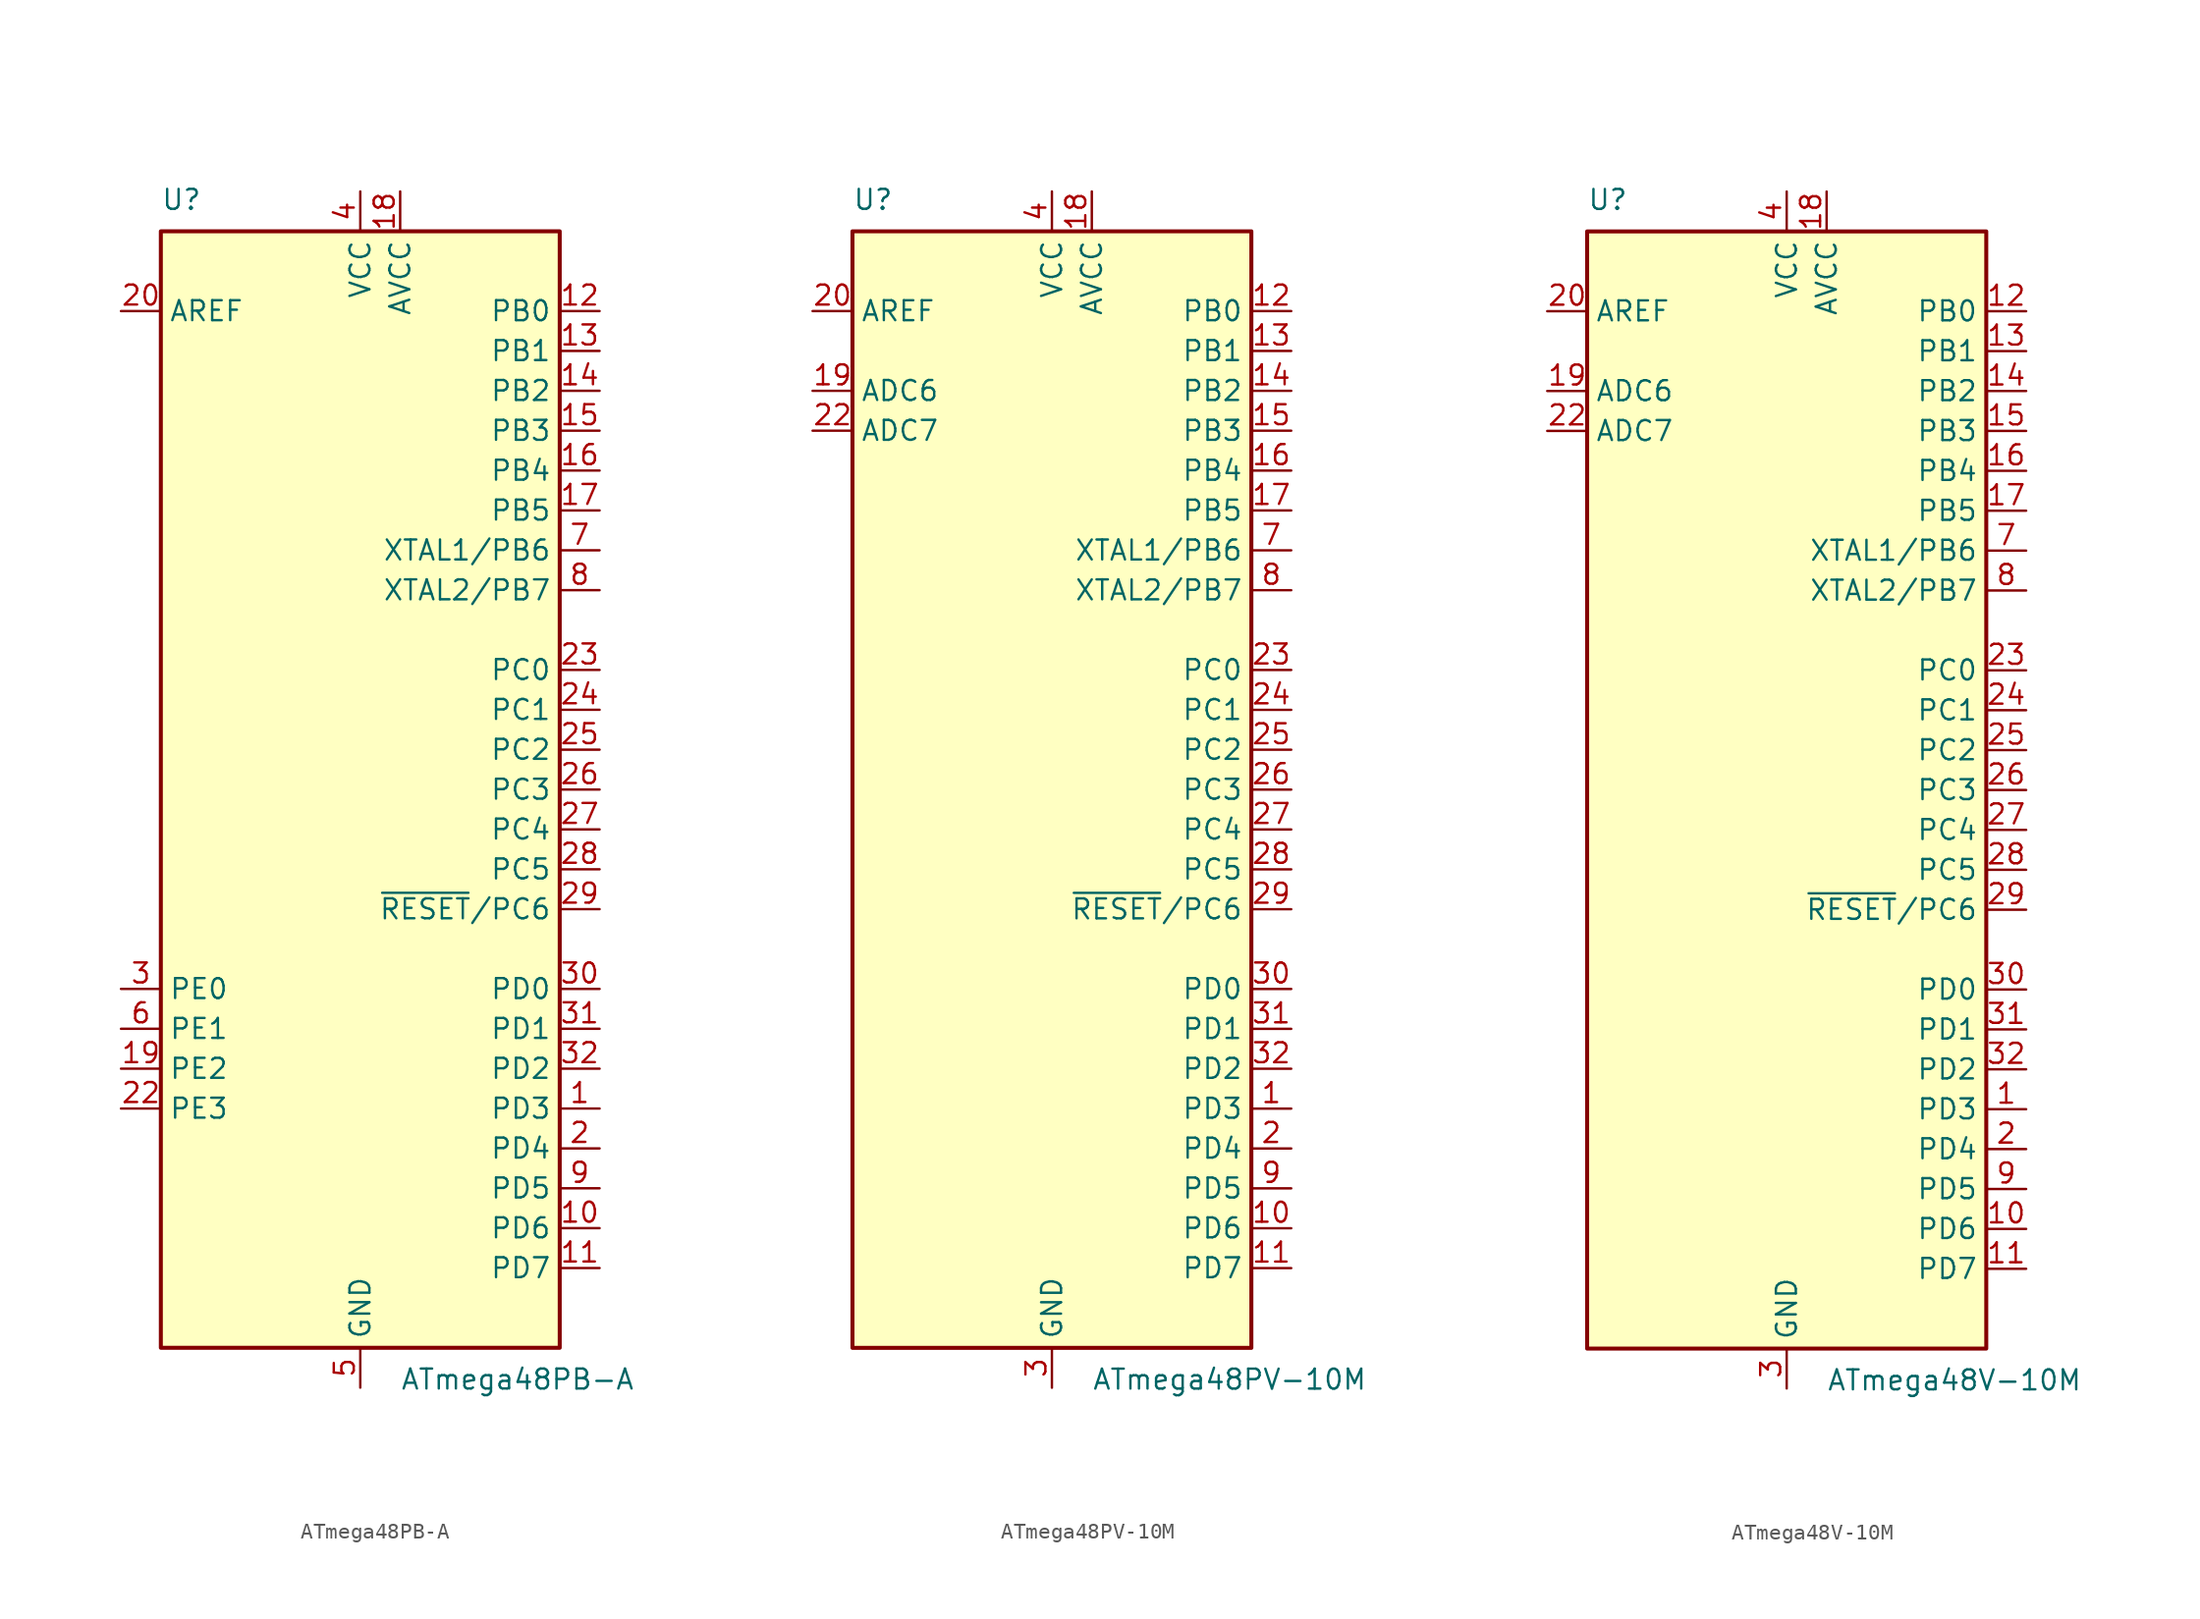
<source format=kicad_sym>
(kicad_symbol_lib
  (version 20231120)
  (generator "kicad_symbol_editor")
  (generator_version "8.0")
  (symbol "ATmega48PB-A"
    (property "Reference" "U"
      (at -12.7 36.83 0)
      (effects (font (size 1.27 1.27)) (justify left bottom)))
    (property "Value" "ATmega48PB-A"
      (at 2.54 -36.83 0)
      (effects (font (size 1.27 1.27)) (justify left top)))
    (symbol "ATmega48PB-A_0_1"
      (rectangle (start -12.7 -35.56) (end 12.7 35.56) (stroke (width 0.254) (type default)) (fill (type background))))
    (symbol "ATmega48PB-A_1_1"
      (pin bidirectional line (at 15.24 -20.32 180) (length 2.54) (name "PD3" (effects (font (size 1.27 1.27)))) (number "1" (effects (font (size 1.27 1.27)))))
      (pin bidirectional line (at 15.24 -27.94 180) (length 2.54) (name "PD6" (effects (font (size 1.27 1.27)))) (number "10" (effects (font (size 1.27 1.27)))))
      (pin bidirectional line (at 15.24 -30.48 180) (length 2.54) (name "PD7" (effects (font (size 1.27 1.27)))) (number "11" (effects (font (size 1.27 1.27)))))
      (pin bidirectional line (at 15.24 30.48 180) (length 2.54) (name "PB0" (effects (font (size 1.27 1.27)))) (number "12" (effects (font (size 1.27 1.27)))))
      (pin bidirectional line (at 15.24 27.94 180) (length 2.54) (name "PB1" (effects (font (size 1.27 1.27)))) (number "13" (effects (font (size 1.27 1.27)))))
      (pin bidirectional line (at 15.24 25.4 180) (length 2.54) (name "PB2" (effects (font (size 1.27 1.27)))) (number "14" (effects (font (size 1.27 1.27)))))
      (pin bidirectional line (at 15.24 22.86 180) (length 2.54) (name "PB3" (effects (font (size 1.27 1.27)))) (number "15" (effects (font (size 1.27 1.27)))))
      (pin bidirectional line (at 15.24 20.32 180) (length 2.54) (name "PB4" (effects (font (size 1.27 1.27)))) (number "16" (effects (font (size 1.27 1.27)))))
      (pin bidirectional line (at 15.24 17.78 180) (length 2.54) (name "PB5" (effects (font (size 1.27 1.27)))) (number "17" (effects (font (size 1.27 1.27)))))
      (pin power_in line (at 2.54 38.1 270) (length 2.54) (name "AVCC" (effects (font (size 1.27 1.27)))) (number "18" (effects (font (size 1.27 1.27)))))
      (pin bidirectional line (at -15.24 -17.78 0) (length 2.54) (name "PE2" (effects (font (size 1.27 1.27)))) (number "19" (effects (font (size 1.27 1.27)))))
      (pin bidirectional line (at 15.24 -22.86 180) (length 2.54) (name "PD4" (effects (font (size 1.27 1.27)))) (number "2" (effects (font (size 1.27 1.27)))))
      (pin passive line (at -15.24 30.48 0) (length 2.54) (name "AREF" (effects (font (size 1.27 1.27)))) (number "20" (effects (font (size 1.27 1.27)))))
      (pin passive line (at 0 -38.1 90) (length 2.54) hide (name "GND" (effects (font (size 1.27 1.27)))) (number "21" (effects (font (size 1.27 1.27)))))
      (pin bidirectional line (at -15.24 -20.32 0) (length 2.54) (name "PE3" (effects (font (size 1.27 1.27)))) (number "22" (effects (font (size 1.27 1.27)))))
      (pin bidirectional line (at 15.24 7.62 180) (length 2.54) (name "PC0" (effects (font (size 1.27 1.27)))) (number "23" (effects (font (size 1.27 1.27)))))
      (pin bidirectional line (at 15.24 5.08 180) (length 2.54) (name "PC1" (effects (font (size 1.27 1.27)))) (number "24" (effects (font (size 1.27 1.27)))))
      (pin bidirectional line (at 15.24 2.54 180) (length 2.54) (name "PC2" (effects (font (size 1.27 1.27)))) (number "25" (effects (font (size 1.27 1.27)))))
      (pin bidirectional line (at 15.24 0 180) (length 2.54) (name "PC3" (effects (font (size 1.27 1.27)))) (number "26" (effects (font (size 1.27 1.27)))))
      (pin bidirectional line (at 15.24 -2.54 180) (length 2.54) (name "PC4" (effects (font (size 1.27 1.27)))) (number "27" (effects (font (size 1.27 1.27)))))
      (pin bidirectional line (at 15.24 -5.08 180) (length 2.54) (name "PC5" (effects (font (size 1.27 1.27)))) (number "28" (effects (font (size 1.27 1.27)))))
      (pin bidirectional line (at 15.24 -7.62 180) (length 2.54) (name "~{RESET}/PC6" (effects (font (size 1.27 1.27)))) (number "29" (effects (font (size 1.27 1.27)))))
      (pin bidirectional line (at -15.24 -12.7 0) (length 2.54) (name "PE0" (effects (font (size 1.27 1.27)))) (number "3" (effects (font (size 1.27 1.27)))))
      (pin bidirectional line (at 15.24 -12.7 180) (length 2.54) (name "PD0" (effects (font (size 1.27 1.27)))) (number "30" (effects (font (size 1.27 1.27)))))
      (pin bidirectional line (at 15.24 -15.24 180) (length 2.54) (name "PD1" (effects (font (size 1.27 1.27)))) (number "31" (effects (font (size 1.27 1.27)))))
      (pin bidirectional line (at 15.24 -17.78 180) (length 2.54) (name "PD2" (effects (font (size 1.27 1.27)))) (number "32" (effects (font (size 1.27 1.27)))))
      (pin power_in line (at 0 38.1 270) (length 2.54) (name "VCC" (effects (font (size 1.27 1.27)))) (number "4" (effects (font (size 1.27 1.27)))))
      (pin power_in line (at 0 -38.1 90) (length 2.54) (name "GND" (effects (font (size 1.27 1.27)))) (number "5" (effects (font (size 1.27 1.27)))))
      (pin bidirectional line (at -15.24 -15.24 0) (length 2.54) (name "PE1" (effects (font (size 1.27 1.27)))) (number "6" (effects (font (size 1.27 1.27)))))
      (pin bidirectional line (at 15.24 15.24 180) (length 2.54) (name "XTAL1/PB6" (effects (font (size 1.27 1.27)))) (number "7" (effects (font (size 1.27 1.27)))))
      (pin bidirectional line (at 15.24 12.7 180) (length 2.54) (name "XTAL2/PB7" (effects (font (size 1.27 1.27)))) (number "8" (effects (font (size 1.27 1.27)))))
      (pin bidirectional line (at 15.24 -25.4 180) (length 2.54) (name "PD5" (effects (font (size 1.27 1.27)))) (number "9" (effects (font (size 1.27 1.27)))))))
  (symbol "ATmega48PV-10M"
    (property "Reference" "U"
      (at -12.7 36.83 0)
      (effects (font (size 1.27 1.27)) (justify left bottom)))
    (property "Value" "ATmega48PV-10M"
      (at 2.54 -36.83 0)
      (effects (font (size 1.27 1.27)) (justify left top)))
    (symbol "ATmega48PV-10M_0_1"
      (rectangle (start -12.7 -35.56) (end 12.7 35.56) (stroke (width 0.254) (type default)) (fill (type background))))
    (symbol "ATmega48PV-10M_1_1"
      (pin bidirectional line (at 15.24 -20.32 180) (length 2.54) (name "PD3" (effects (font (size 1.27 1.27)))) (number "1" (effects (font (size 1.27 1.27)))))
      (pin bidirectional line (at 15.24 -27.94 180) (length 2.54) (name "PD6" (effects (font (size 1.27 1.27)))) (number "10" (effects (font (size 1.27 1.27)))))
      (pin bidirectional line (at 15.24 -30.48 180) (length 2.54) (name "PD7" (effects (font (size 1.27 1.27)))) (number "11" (effects (font (size 1.27 1.27)))))
      (pin bidirectional line (at 15.24 30.48 180) (length 2.54) (name "PB0" (effects (font (size 1.27 1.27)))) (number "12" (effects (font (size 1.27 1.27)))))
      (pin bidirectional line (at 15.24 27.94 180) (length 2.54) (name "PB1" (effects (font (size 1.27 1.27)))) (number "13" (effects (font (size 1.27 1.27)))))
      (pin bidirectional line (at 15.24 25.4 180) (length 2.54) (name "PB2" (effects (font (size 1.27 1.27)))) (number "14" (effects (font (size 1.27 1.27)))))
      (pin bidirectional line (at 15.24 22.86 180) (length 2.54) (name "PB3" (effects (font (size 1.27 1.27)))) (number "15" (effects (font (size 1.27 1.27)))))
      (pin bidirectional line (at 15.24 20.32 180) (length 2.54) (name "PB4" (effects (font (size 1.27 1.27)))) (number "16" (effects (font (size 1.27 1.27)))))
      (pin bidirectional line (at 15.24 17.78 180) (length 2.54) (name "PB5" (effects (font (size 1.27 1.27)))) (number "17" (effects (font (size 1.27 1.27)))))
      (pin power_in line (at 2.54 38.1 270) (length 2.54) (name "AVCC" (effects (font (size 1.27 1.27)))) (number "18" (effects (font (size 1.27 1.27)))))
      (pin input line (at -15.24 25.4 0) (length 2.54) (name "ADC6" (effects (font (size 1.27 1.27)))) (number "19" (effects (font (size 1.27 1.27)))))
      (pin bidirectional line (at 15.24 -22.86 180) (length 2.54) (name "PD4" (effects (font (size 1.27 1.27)))) (number "2" (effects (font (size 1.27 1.27)))))
      (pin passive line (at -15.24 30.48 0) (length 2.54) (name "AREF" (effects (font (size 1.27 1.27)))) (number "20" (effects (font (size 1.27 1.27)))))
      (pin passive line (at 0 -38.1 90) (length 2.54) hide (name "GND" (effects (font (size 1.27 1.27)))) (number "21" (effects (font (size 1.27 1.27)))))
      (pin input line (at -15.24 22.86 0) (length 2.54) (name "ADC7" (effects (font (size 1.27 1.27)))) (number "22" (effects (font (size 1.27 1.27)))))
      (pin bidirectional line (at 15.24 7.62 180) (length 2.54) (name "PC0" (effects (font (size 1.27 1.27)))) (number "23" (effects (font (size 1.27 1.27)))))
      (pin bidirectional line (at 15.24 5.08 180) (length 2.54) (name "PC1" (effects (font (size 1.27 1.27)))) (number "24" (effects (font (size 1.27 1.27)))))
      (pin bidirectional line (at 15.24 2.54 180) (length 2.54) (name "PC2" (effects (font (size 1.27 1.27)))) (number "25" (effects (font (size 1.27 1.27)))))
      (pin bidirectional line (at 15.24 0 180) (length 2.54) (name "PC3" (effects (font (size 1.27 1.27)))) (number "26" (effects (font (size 1.27 1.27)))))
      (pin bidirectional line (at 15.24 -2.54 180) (length 2.54) (name "PC4" (effects (font (size 1.27 1.27)))) (number "27" (effects (font (size 1.27 1.27)))))
      (pin bidirectional line (at 15.24 -5.08 180) (length 2.54) (name "PC5" (effects (font (size 1.27 1.27)))) (number "28" (effects (font (size 1.27 1.27)))))
      (pin bidirectional line (at 15.24 -7.62 180) (length 2.54) (name "~{RESET}/PC6" (effects (font (size 1.27 1.27)))) (number "29" (effects (font (size 1.27 1.27)))))
      (pin power_in line (at 0 -38.1 90) (length 2.54) (name "GND" (effects (font (size 1.27 1.27)))) (number "3" (effects (font (size 1.27 1.27)))))
      (pin bidirectional line (at 15.24 -12.7 180) (length 2.54) (name "PD0" (effects (font (size 1.27 1.27)))) (number "30" (effects (font (size 1.27 1.27)))))
      (pin bidirectional line (at 15.24 -15.24 180) (length 2.54) (name "PD1" (effects (font (size 1.27 1.27)))) (number "31" (effects (font (size 1.27 1.27)))))
      (pin bidirectional line (at 15.24 -17.78 180) (length 2.54) (name "PD2" (effects (font (size 1.27 1.27)))) (number "32" (effects (font (size 1.27 1.27)))))
      (pin passive line (at 0 -38.1 90) (length 2.54) hide (name "GND" (effects (font (size 1.27 1.27)))) (number "33" (effects (font (size 1.27 1.27)))))
      (pin power_in line (at 0 38.1 270) (length 2.54) (name "VCC" (effects (font (size 1.27 1.27)))) (number "4" (effects (font (size 1.27 1.27)))))
      (pin passive line (at 0 -38.1 90) (length 2.54) hide (name "GND" (effects (font (size 1.27 1.27)))) (number "5" (effects (font (size 1.27 1.27)))))
      (pin passive line (at 0 38.1 270) (length 2.54) hide (name "VCC" (effects (font (size 1.27 1.27)))) (number "6" (effects (font (size 1.27 1.27)))))
      (pin bidirectional line (at 15.24 15.24 180) (length 2.54) (name "XTAL1/PB6" (effects (font (size 1.27 1.27)))) (number "7" (effects (font (size 1.27 1.27)))))
      (pin bidirectional line (at 15.24 12.7 180) (length 2.54) (name "XTAL2/PB7" (effects (font (size 1.27 1.27)))) (number "8" (effects (font (size 1.27 1.27)))))
      (pin bidirectional line (at 15.24 -25.4 180) (length 2.54) (name "PD5" (effects (font (size 1.27 1.27)))) (number "9" (effects (font (size 1.27 1.27)))))))
  (symbol "ATmega48V-10M"
    (property "Reference" "U"
      (at -12.7 36.83 0)
      (effects (font (size 1.27 1.27)) (justify left bottom)))
    (property "Value" "ATmega48V-10M"
      (at 2.54 -36.83 0)
      (effects (font (size 1.27 1.27)) (justify left top)))
    (symbol "ATmega48V-10M_0_1"
      (rectangle (start -12.7 -35.56) (end 12.7 35.56) (stroke (width 0.254) (type default)) (fill (type background))))
    (symbol "ATmega48V-10M_1_1"
      (pin bidirectional line (at 15.24 -20.32 180) (length 2.54) (name "PD3" (effects (font (size 1.27 1.27)))) (number "1" (effects (font (size 1.27 1.27)))))
      (pin bidirectional line (at 15.24 -27.94 180) (length 2.54) (name "PD6" (effects (font (size 1.27 1.27)))) (number "10" (effects (font (size 1.27 1.27)))))
      (pin bidirectional line (at 15.24 -30.48 180) (length 2.54) (name "PD7" (effects (font (size 1.27 1.27)))) (number "11" (effects (font (size 1.27 1.27)))))
      (pin bidirectional line (at 15.24 30.48 180) (length 2.54) (name "PB0" (effects (font (size 1.27 1.27)))) (number "12" (effects (font (size 1.27 1.27)))))
      (pin bidirectional line (at 15.24 27.94 180) (length 2.54) (name "PB1" (effects (font (size 1.27 1.27)))) (number "13" (effects (font (size 1.27 1.27)))))
      (pin bidirectional line (at 15.24 25.4 180) (length 2.54) (name "PB2" (effects (font (size 1.27 1.27)))) (number "14" (effects (font (size 1.27 1.27)))))
      (pin bidirectional line (at 15.24 22.86 180) (length 2.54) (name "PB3" (effects (font (size 1.27 1.27)))) (number "15" (effects (font (size 1.27 1.27)))))
      (pin bidirectional line (at 15.24 20.32 180) (length 2.54) (name "PB4" (effects (font (size 1.27 1.27)))) (number "16" (effects (font (size 1.27 1.27)))))
      (pin bidirectional line (at 15.24 17.78 180) (length 2.54) (name "PB5" (effects (font (size 1.27 1.27)))) (number "17" (effects (font (size 1.27 1.27)))))
      (pin power_in line (at 2.54 38.1 270) (length 2.54) (name "AVCC" (effects (font (size 1.27 1.27)))) (number "18" (effects (font (size 1.27 1.27)))))
      (pin input line (at -15.24 25.4 0) (length 2.54) (name "ADC6" (effects (font (size 1.27 1.27)))) (number "19" (effects (font (size 1.27 1.27)))))
      (pin bidirectional line (at 15.24 -22.86 180) (length 2.54) (name "PD4" (effects (font (size 1.27 1.27)))) (number "2" (effects (font (size 1.27 1.27)))))
      (pin passive line (at -15.24 30.48 0) (length 2.54) (name "AREF" (effects (font (size 1.27 1.27)))) (number "20" (effects (font (size 1.27 1.27)))))
      (pin passive line (at 0 -38.1 90) (length 2.54) hide (name "GND" (effects (font (size 1.27 1.27)))) (number "21" (effects (font (size 1.27 1.27)))))
      (pin input line (at -15.24 22.86 0) (length 2.54) (name "ADC7" (effects (font (size 1.27 1.27)))) (number "22" (effects (font (size 1.27 1.27)))))
      (pin bidirectional line (at 15.24 7.62 180) (length 2.54) (name "PC0" (effects (font (size 1.27 1.27)))) (number "23" (effects (font (size 1.27 1.27)))))
      (pin bidirectional line (at 15.24 5.08 180) (length 2.54) (name "PC1" (effects (font (size 1.27 1.27)))) (number "24" (effects (font (size 1.27 1.27)))))
      (pin bidirectional line (at 15.24 2.54 180) (length 2.54) (name "PC2" (effects (font (size 1.27 1.27)))) (number "25" (effects (font (size 1.27 1.27)))))
      (pin bidirectional line (at 15.24 0 180) (length 2.54) (name "PC3" (effects (font (size 1.27 1.27)))) (number "26" (effects (font (size 1.27 1.27)))))
      (pin bidirectional line (at 15.24 -2.54 180) (length 2.54) (name "PC4" (effects (font (size 1.27 1.27)))) (number "27" (effects (font (size 1.27 1.27)))))
      (pin bidirectional line (at 15.24 -5.08 180) (length 2.54) (name "PC5" (effects (font (size 1.27 1.27)))) (number "28" (effects (font (size 1.27 1.27)))))
      (pin bidirectional line (at 15.24 -7.62 180) (length 2.54) (name "~{RESET}/PC6" (effects (font (size 1.27 1.27)))) (number "29" (effects (font (size 1.27 1.27)))))
      (pin power_in line (at 0 -38.1 90) (length 2.54) (name "GND" (effects (font (size 1.27 1.27)))) (number "3" (effects (font (size 1.27 1.27)))))
      (pin bidirectional line (at 15.24 -12.7 180) (length 2.54) (name "PD0" (effects (font (size 1.27 1.27)))) (number "30" (effects (font (size 1.27 1.27)))))
      (pin bidirectional line (at 15.24 -15.24 180) (length 2.54) (name "PD1" (effects (font (size 1.27 1.27)))) (number "31" (effects (font (size 1.27 1.27)))))
      (pin bidirectional line (at 15.24 -17.78 180) (length 2.54) (name "PD2" (effects (font (size 1.27 1.27)))) (number "32" (effects (font (size 1.27 1.27)))))
      (pin passive line (at 0 -38.1 90) (length 2.54) hide (name "GND" (effects (font (size 1.27 1.27)))) (number "33" (effects (font (size 1.27 1.27)))))
      (pin power_in line (at 0 38.1 270) (length 2.54) (name "VCC" (effects (font (size 1.27 1.27)))) (number "4" (effects (font (size 1.27 1.27)))))
      (pin passive line (at 0 -38.1 90) (length 2.54) hide (name "GND" (effects (font (size 1.27 1.27)))) (number "5" (effects (font (size 1.27 1.27)))))
      (pin passive line (at 0 38.1 270) (length 2.54) hide (name "VCC" (effects (font (size 1.27 1.27)))) (number "6" (effects (font (size 1.27 1.27)))))
      (pin bidirectional line (at 15.24 15.24 180) (length 2.54) (name "XTAL1/PB6" (effects (font (size 1.27 1.27)))) (number "7" (effects (font (size 1.27 1.27)))))
      (pin bidirectional line (at 15.24 12.7 180) (length 2.54) (name "XTAL2/PB7" (effects (font (size 1.27 1.27)))) (number "8" (effects (font (size 1.27 1.27)))))
      (pin bidirectional line (at 15.24 -25.4 180) (length 2.54) (name "PD5" (effects (font (size 1.27 1.27)))) (number "9" (effects (font (size 1.27 1.27))))))))
</source>
